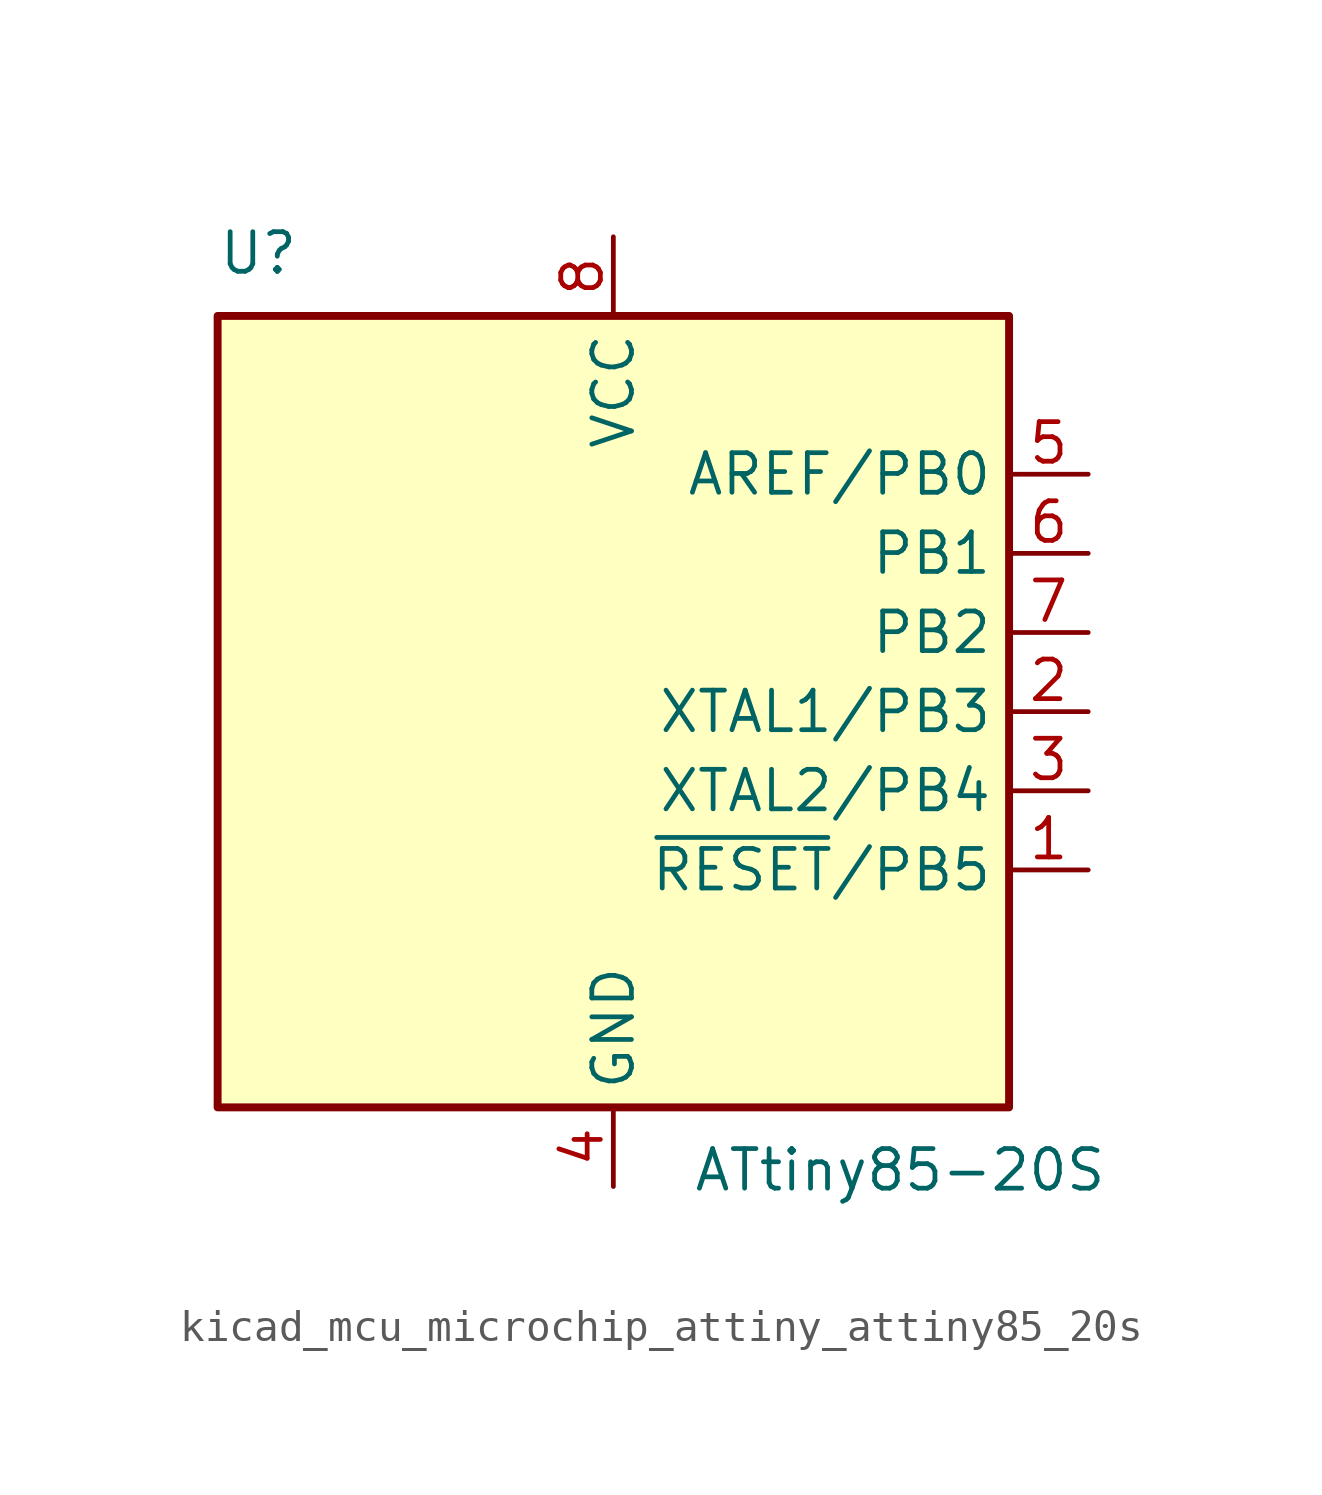
<source format=kicad_sym>
(kicad_symbol_lib
  (version 20220914)
  (generator kicad_symbol_editor)
  (symbol "kicad_mcu_microchip_attiny_attiny85_20s"
    (property "Reference" "U"
      (at -12.7 13.97 0)
      (effects (font (size 1.27 1.27)) (justify left bottom)))
    (property "Value" "ATtiny85-20S"
      (at 2.54 -13.97 0)
      (effects (font (size 1.27 1.27)) (justify left top)))
    (symbol "kicad_mcu_microchip_attiny_attiny85_20s_0_1"
      (rectangle (start -12.7 -12.7) (end 12.7 12.7) (stroke (width 0.254) (type default)) (fill (type background))))
    (symbol "kicad_mcu_microchip_attiny_attiny85_20s_1_1"
      (pin bidirectional line (at 15.24 -5.08 180) (length 2.54) (name "~{RESET}/PB5" (effects (font (size 1.27 1.27)))) (number "1" (effects (font (size 1.27 1.27)))))
      (pin bidirectional line (at 15.24 0 180) (length 2.54) (name "XTAL1/PB3" (effects (font (size 1.27 1.27)))) (number "2" (effects (font (size 1.27 1.27)))))
      (pin bidirectional line (at 15.24 -2.54 180) (length 2.54) (name "XTAL2/PB4" (effects (font (size 1.27 1.27)))) (number "3" (effects (font (size 1.27 1.27)))))
      (pin power_in line (at 0 -15.24 90) (length 2.54) (name "GND" (effects (font (size 1.27 1.27)))) (number "4" (effects (font (size 1.27 1.27)))))
      (pin bidirectional line (at 15.24 7.62 180) (length 2.54) (name "AREF/PB0" (effects (font (size 1.27 1.27)))) (number "5" (effects (font (size 1.27 1.27)))))
      (pin bidirectional line (at 15.24 5.08 180) (length 2.54) (name "PB1" (effects (font (size 1.27 1.27)))) (number "6" (effects (font (size 1.27 1.27)))))
      (pin bidirectional line (at 15.24 2.54 180) (length 2.54) (name "PB2" (effects (font (size 1.27 1.27)))) (number "7" (effects (font (size 1.27 1.27)))))
      (pin power_in line (at 0 15.24 270) (length 2.54) (name "VCC" (effects (font (size 1.27 1.27)))) (number "8" (effects (font (size 1.27 1.27))))))))
</source>
